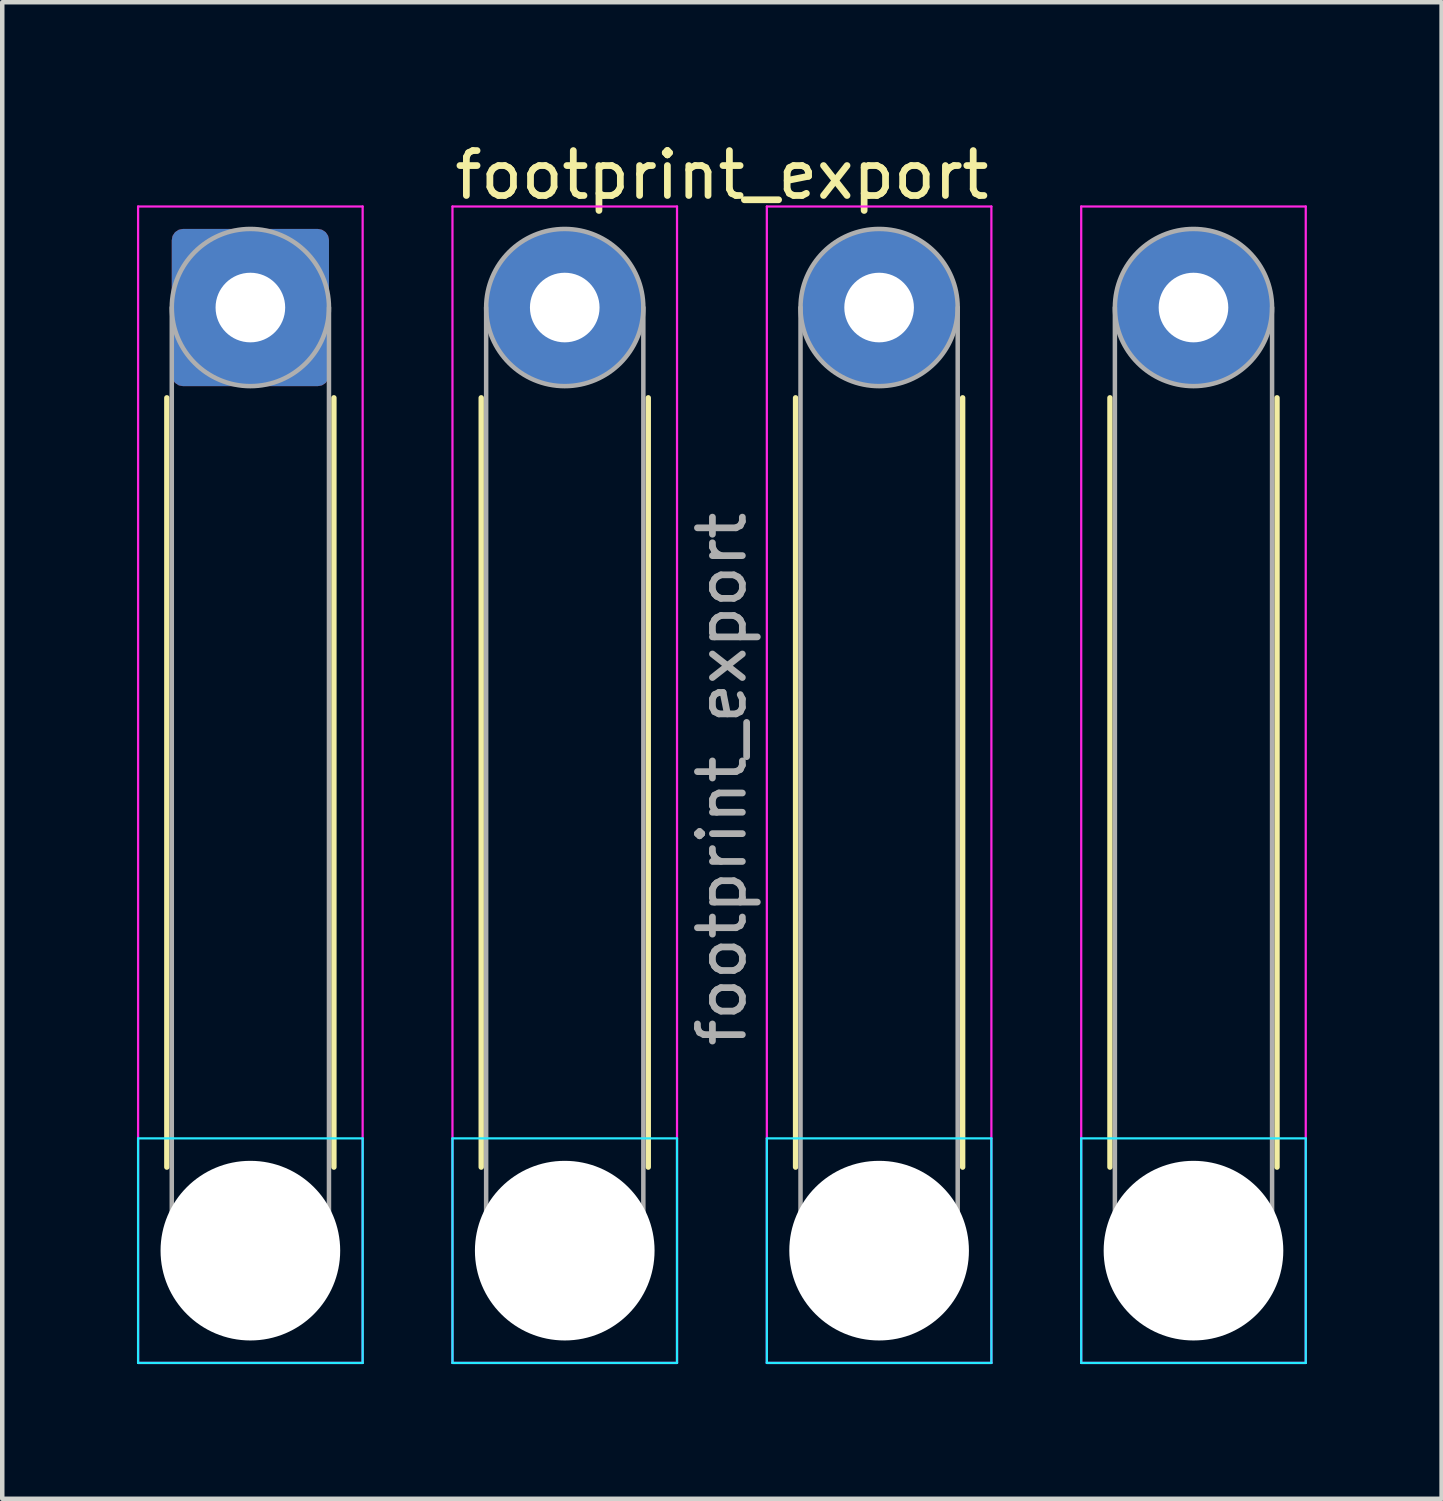
<source format=kicad_pcb>
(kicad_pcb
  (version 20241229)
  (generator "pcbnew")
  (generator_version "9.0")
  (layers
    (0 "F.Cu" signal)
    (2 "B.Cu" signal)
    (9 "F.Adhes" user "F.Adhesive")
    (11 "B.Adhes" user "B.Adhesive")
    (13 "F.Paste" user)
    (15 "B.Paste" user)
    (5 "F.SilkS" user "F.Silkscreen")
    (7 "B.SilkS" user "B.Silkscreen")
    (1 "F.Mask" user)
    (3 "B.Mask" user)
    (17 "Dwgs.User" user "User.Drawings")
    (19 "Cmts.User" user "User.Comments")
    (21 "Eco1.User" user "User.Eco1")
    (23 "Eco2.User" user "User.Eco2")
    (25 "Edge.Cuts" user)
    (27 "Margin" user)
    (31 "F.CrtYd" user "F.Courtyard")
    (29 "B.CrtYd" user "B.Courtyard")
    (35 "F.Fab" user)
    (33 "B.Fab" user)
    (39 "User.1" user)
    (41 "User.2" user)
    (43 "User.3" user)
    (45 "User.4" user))
  (footprint "footprint_export"
    (layer "F.Cu")
    (at 2.525 3.798)
    (property "Reference" "footprint_export" (at 10.5 -2.95 0) (layer "F.SilkS") (effects (font (size 1 1) (thickness 0.15))))
    (attr exclude_from_pos_files exclude_from_bom)
    (fp_line (start -1.86 2.01) (end -1.86 19.14) (stroke (width 0.12) (type solid)) (layer "F.SilkS"))
    (fp_line (start 1.86 2.01) (end 1.86 19.14) (stroke (width 0.12) (type solid)) (layer "F.SilkS"))
    (fp_line (start 5.14 2.01) (end 5.14 19.14) (stroke (width 0.12) (type solid)) (layer "F.SilkS"))
    (fp_line (start 8.86 2.01) (end 8.86 19.14) (stroke (width 0.12) (type solid)) (layer "F.SilkS"))
    (fp_line (start 12.14 2.01) (end 12.14 19.14) (stroke (width 0.12) (type solid)) (layer "F.SilkS"))
    (fp_line (start 15.86 2.01) (end 15.86 19.14) (stroke (width 0.12) (type solid)) (layer "F.SilkS"))
    (fp_line (start 19.14 2.01) (end 19.14 19.14) (stroke (width 0.12) (type solid)) (layer "F.SilkS"))
    (fp_line (start 22.86 2.01) (end 22.86 19.14) (stroke (width 0.12) (type solid)) (layer "F.SilkS"))
    (fp_line (start -2.5 18.5) (end -2.5 23.5) (stroke (width 0.05) (type solid)) (layer "B.CrtYd"))
    (fp_line (start -2.5 23.5) (end 2.5 23.5) (stroke (width 0.05) (type solid)) (layer "B.CrtYd"))
    (fp_line (start 2.5 18.5) (end -2.5 18.5) (stroke (width 0.05) (type solid)) (layer "B.CrtYd"))
    (fp_line (start 2.5 23.5) (end 2.5 18.5) (stroke (width 0.05) (type solid)) (layer "B.CrtYd"))
    (fp_line (start 4.5 18.5) (end 4.5 23.5) (stroke (width 0.05) (type solid)) (layer "B.CrtYd"))
    (fp_line (start 4.5 23.5) (end 9.5 23.5) (stroke (width 0.05) (type solid)) (layer "B.CrtYd"))
    (fp_line (start 9.5 18.5) (end 4.5 18.5) (stroke (width 0.05) (type solid)) (layer "B.CrtYd"))
    (fp_line (start 9.5 23.5) (end 9.5 18.5) (stroke (width 0.05) (type solid)) (layer "B.CrtYd"))
    (fp_line (start 11.5 18.5) (end 11.5 23.5) (stroke (width 0.05) (type solid)) (layer "B.CrtYd"))
    (fp_line (start 11.5 23.5) (end 16.5 23.5) (stroke (width 0.05) (type solid)) (layer "B.CrtYd"))
    (fp_line (start 16.5 18.5) (end 11.5 18.5) (stroke (width 0.05) (type solid)) (layer "B.CrtYd"))
    (fp_line (start 16.5 23.5) (end 16.5 18.5) (stroke (width 0.05) (type solid)) (layer "B.CrtYd"))
    (fp_line (start 18.5 18.5) (end 18.5 23.5) (stroke (width 0.05) (type solid)) (layer "B.CrtYd"))
    (fp_line (start 18.5 23.5) (end 23.5 23.5) (stroke (width 0.05) (type solid)) (layer "B.CrtYd"))
    (fp_line (start 23.5 18.5) (end 18.5 18.5) (stroke (width 0.05) (type solid)) (layer "B.CrtYd"))
    (fp_line (start 23.5 23.5) (end 23.5 18.5) (stroke (width 0.05) (type solid)) (layer "B.CrtYd"))
    (fp_line (start -2.5 -2.25) (end -2.5 23.5) (stroke (width 0.05) (type solid)) (layer "F.CrtYd"))
    (fp_line (start -2.5 23.5) (end 2.5 23.5) (stroke (width 0.05) (type solid)) (layer "F.CrtYd"))
    (fp_line (start 2.5 -2.25) (end -2.5 -2.25) (stroke (width 0.05) (type solid)) (layer "F.CrtYd"))
    (fp_line (start 2.5 23.5) (end 2.5 -2.25) (stroke (width 0.05) (type solid)) (layer "F.CrtYd"))
    (fp_line (start 4.5 -2.25) (end 4.5 23.5) (stroke (width 0.05) (type solid)) (layer "F.CrtYd"))
    (fp_line (start 4.5 23.5) (end 9.5 23.5) (stroke (width 0.05) (type solid)) (layer "F.CrtYd"))
    (fp_line (start 9.5 -2.25) (end 4.5 -2.25) (stroke (width 0.05) (type solid)) (layer "F.CrtYd"))
    (fp_line (start 9.5 23.5) (end 9.5 -2.25) (stroke (width 0.05) (type solid)) (layer "F.CrtYd"))
    (fp_line (start 11.5 -2.25) (end 11.5 23.5) (stroke (width 0.05) (type solid)) (layer "F.CrtYd"))
    (fp_line (start 11.5 23.5) (end 16.5 23.5) (stroke (width 0.05) (type solid)) (layer "F.CrtYd"))
    (fp_line (start 16.5 -2.25) (end 11.5 -2.25) (stroke (width 0.05) (type solid)) (layer "F.CrtYd"))
    (fp_line (start 16.5 23.5) (end 16.5 -2.25) (stroke (width 0.05) (type solid)) (layer "F.CrtYd"))
    (fp_line (start 18.5 -2.25) (end 18.5 23.5) (stroke (width 0.05) (type solid)) (layer "F.CrtYd"))
    (fp_line (start 18.5 23.5) (end 23.5 23.5) (stroke (width 0.05) (type solid)) (layer "F.CrtYd"))
    (fp_line (start 23.5 -2.25) (end 18.5 -2.25) (stroke (width 0.05) (type solid)) (layer "F.CrtYd"))
    (fp_line (start 23.5 23.5) (end 23.5 -2.25) (stroke (width 0.05) (type solid)) (layer "F.CrtYd"))
    (fp_line (start -1.75 0) (end -1.75 21) (stroke (width 0.1) (type solid)) (layer "F.Fab"))
    (fp_line (start 1.75 0) (end 1.75 21) (stroke (width 0.1) (type solid)) (layer "F.Fab"))
    (fp_line (start 5.25 0) (end 5.25 21) (stroke (width 0.1) (type solid)) (layer "F.Fab"))
    (fp_line (start 8.75 0) (end 8.75 21) (stroke (width 0.1) (type solid)) (layer "F.Fab"))
    (fp_line (start 12.25 0) (end 12.25 21) (stroke (width 0.1) (type solid)) (layer "F.Fab"))
    (fp_line (start 15.75 0) (end 15.75 21) (stroke (width 0.1) (type solid)) (layer "F.Fab"))
    (fp_line (start 19.25 0) (end 19.25 21) (stroke (width 0.1) (type solid)) (layer "F.Fab"))
    (fp_line (start 22.75 0) (end 22.75 21) (stroke (width 0.1) (type solid)) (layer "F.Fab"))
    (fp_circle (center 0 0) (end 1.75 0) (stroke (width 0.1) (type solid)) (fill no) (layer "F.Fab"))
    (fp_circle (center 0 21) (end 1.75 21) (stroke (width 0.1) (type solid)) (fill no) (layer "F.Fab"))
    (fp_circle (center 7 0) (end 8.75 0) (stroke (width 0.1) (type solid)) (fill no) (layer "F.Fab"))
    (fp_circle (center 7 21) (end 8.75 21) (stroke (width 0.1) (type solid)) (fill no) (layer "F.Fab"))
    (fp_circle (center 14 0) (end 15.75 0) (stroke (width 0.1) (type solid)) (fill no) (layer "F.Fab"))
    (fp_circle (center 14 21) (end 15.75 21) (stroke (width 0.1) (type solid)) (fill no) (layer "F.Fab"))
    (fp_circle (center 21 0) (end 22.75 0) (stroke (width 0.1) (type solid)) (fill no) (layer "F.Fab"))
    (fp_circle (center 21 21) (end 22.75 21) (stroke (width 0.1) (type solid)) (fill no) (layer "F.Fab"))
    (fp_text user "${REFERENCE}" (at 10.5 10.5 90) (layer "F.Fab") (effects (font (size 1 1) (thickness 0.15))))
    (pad "" np_thru_hole circle (at 0 21) (size 4 4) (drill 4) (layers "*.Cu" "*.Mask"))
    (pad "" np_thru_hole circle (at 7 21) (size 4 4) (drill 4) (layers "*.Cu" "*.Mask"))
    (pad "" np_thru_hole circle (at 14 21) (size 4 4) (drill 4) (layers "*.Cu" "*.Mask"))
    (pad "" np_thru_hole circle (at 21 21) (size 4 4) (drill 4) (layers "*.Cu" "*.Mask"))
    (pad "1" thru_hole roundrect (at 0 0) (size 3.5 3.5) (drill 1.55) (layers "*.Cu" "*.Mask") (roundrect_rratio 0.071))
    (pad "2" thru_hole circle (at 7 0) (size 3.5 3.5) (drill 1.55) (layers "*.Cu" "*.Mask"))
    (pad "3" thru_hole circle (at 14 0) (size 3.5 3.5) (drill 1.55) (layers "*.Cu" "*.Mask"))
    (pad "4" thru_hole circle (at 21 0) (size 3.5 3.5) (drill 1.55) (layers "*.Cu" "*.Mask")))
  (gr_rect
    (start -3 -3)
    (end 29.05 30.323)
    (stroke (width 0.1) (type default))
    (fill no)
    (layer "Edge.Cuts")))
</source>
